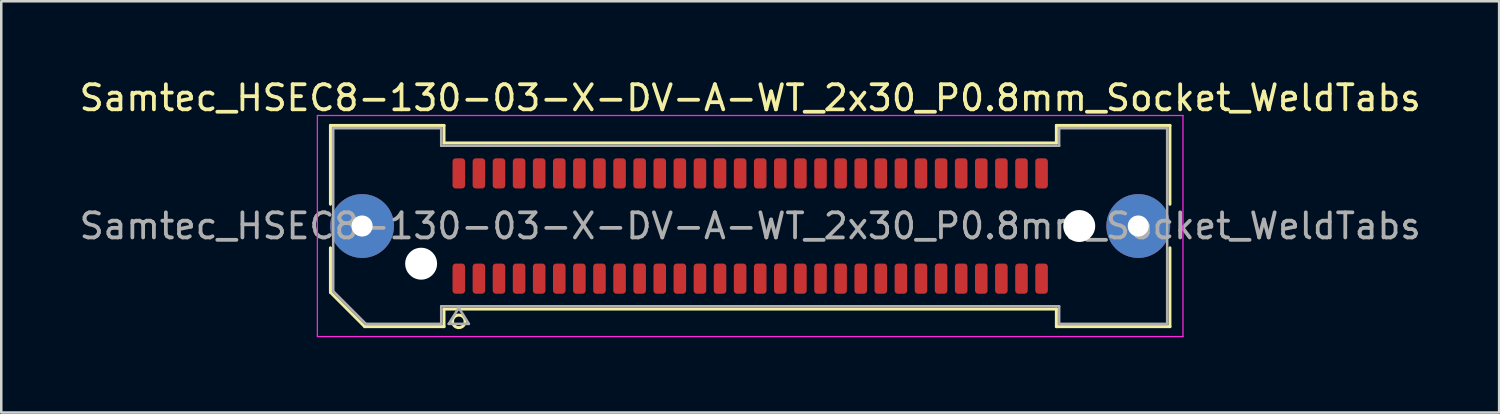
<source format=kicad_pcb>
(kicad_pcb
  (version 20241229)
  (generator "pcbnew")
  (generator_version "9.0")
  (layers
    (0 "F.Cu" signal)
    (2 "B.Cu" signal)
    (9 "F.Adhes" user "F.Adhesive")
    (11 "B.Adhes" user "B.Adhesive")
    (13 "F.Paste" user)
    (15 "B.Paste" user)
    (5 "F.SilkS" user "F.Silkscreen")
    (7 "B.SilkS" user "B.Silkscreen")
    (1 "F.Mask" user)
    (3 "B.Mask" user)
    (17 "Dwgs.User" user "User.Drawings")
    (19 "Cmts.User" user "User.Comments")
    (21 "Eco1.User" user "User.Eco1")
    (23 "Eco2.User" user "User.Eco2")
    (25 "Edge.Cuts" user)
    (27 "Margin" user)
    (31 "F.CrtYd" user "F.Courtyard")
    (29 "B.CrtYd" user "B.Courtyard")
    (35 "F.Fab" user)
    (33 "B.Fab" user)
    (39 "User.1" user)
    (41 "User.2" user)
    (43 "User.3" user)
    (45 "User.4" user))
  (footprint "Samtec_HSEC8-130-03-X-DV-A-WT_2x30_P0.8mm_Socket_WeldTabs"
    (layer "F.Cu")
    (at 26.815 5.948)
    (property "Reference" "Samtec_HSEC8-130-03-X-DV-A-WT_2x30_P0.8mm_Socket_WeldTabs" (at 0 -5.1 0) (layer "F.SilkS") (effects (font (size 1 1) (thickness 0.15))))
    (attr smd)
    (fp_line (start -16.71 -4.005) (end -12.19 -4.005) (stroke (width 0.12) (type solid)) (layer "F.SilkS"))
    (fp_line (start -16.71 -0.868) (end -16.71 -4.005) (stroke (width 0.12) (type solid)) (layer "F.SilkS"))
    (fp_line (start -16.71 2.641) (end -16.71 0.868) (stroke (width 0.12) (type solid)) (layer "F.SilkS"))
    (fp_line (start -15.346 4.005) (end -16.71 2.641) (stroke (width 0.12) (type solid)) (layer "F.SilkS"))
    (fp_line (start -12.19 -4.005) (end -12.19 -3.305) (stroke (width 0.12) (type solid)) (layer "F.SilkS"))
    (fp_line (start -12.19 -3.305) (end 12.19 -3.305) (stroke (width 0.12) (type solid)) (layer "F.SilkS"))
    (fp_line (start -12.19 3.305) (end -12.19 4.005) (stroke (width 0.12) (type solid)) (layer "F.SilkS"))
    (fp_line (start -12.19 4.005) (end -15.346 4.005) (stroke (width 0.12) (type solid)) (layer "F.SilkS"))
    (fp_line (start 12.19 -4.005) (end 16.71 -4.005) (stroke (width 0.12) (type solid)) (layer "F.SilkS"))
    (fp_line (start 12.19 -3.305) (end 12.19 -4.005) (stroke (width 0.12) (type solid)) (layer "F.SilkS"))
    (fp_line (start 12.19 3.305) (end -12.19 3.305) (stroke (width 0.12) (type solid)) (layer "F.SilkS"))
    (fp_line (start 12.19 4.005) (end 12.19 3.305) (stroke (width 0.12) (type solid)) (layer "F.SilkS"))
    (fp_line (start 16.71 -4.005) (end 16.71 -0.868) (stroke (width 0.12) (type solid)) (layer "F.SilkS"))
    (fp_line (start 16.71 0.868) (end 16.71 4.005) (stroke (width 0.12) (type solid)) (layer "F.SilkS"))
    (fp_line (start 16.71 4.005) (end 12.19 4.005) (stroke (width 0.12) (type solid)) (layer "F.SilkS"))
    (fp_arc (start -11.35 3.795) (mid -11.85 3.795) (end -11.35 3.795) (stroke (width 0.12) (type solid)) (layer "F.SilkS"))
    (fp_line (start -17.23 -4.4) (end -17.23 4.4) (stroke (width 0.05) (type solid)) (layer "F.CrtYd"))
    (fp_line (start -17.23 4.4) (end 17.23 4.4) (stroke (width 0.05) (type solid)) (layer "F.CrtYd"))
    (fp_line (start 17.23 -4.4) (end -17.23 -4.4) (stroke (width 0.05) (type solid)) (layer "F.CrtYd"))
    (fp_line (start 17.23 4.4) (end 17.23 -4.4) (stroke (width 0.05) (type solid)) (layer "F.CrtYd"))
    (fp_line (start -16.6 -3.895) (end -12.3 -3.895) (stroke (width 0.1) (type solid)) (layer "F.Fab"))
    (fp_line (start -16.6 2.595) (end -16.6 -3.895) (stroke (width 0.1) (type solid)) (layer "F.Fab"))
    (fp_line (start -15.3 3.895) (end -16.6 2.595) (stroke (width 0.1) (type solid)) (layer "F.Fab"))
    (fp_line (start -12.3 -3.895) (end -12.3 -3.195) (stroke (width 0.1) (type solid)) (layer "F.Fab"))
    (fp_line (start -12.3 -3.195) (end 12.3 -3.195) (stroke (width 0.1) (type solid)) (layer "F.Fab"))
    (fp_line (start -12.3 3.195) (end -12.3 3.895) (stroke (width 0.1) (type solid)) (layer "F.Fab"))
    (fp_line (start -12.3 3.895) (end -15.3 3.895) (stroke (width 0.1) (type solid)) (layer "F.Fab"))
    (fp_line (start -12 3.895) (end -11.6 3.255) (stroke (width 0.1) (type solid)) (layer "F.Fab"))
    (fp_line (start -11.6 3.255) (end -11.2 3.895) (stroke (width 0.1) (type solid)) (layer "F.Fab"))
    (fp_line (start -11.2 3.895) (end -12 3.895) (stroke (width 0.1) (type solid)) (layer "F.Fab"))
    (fp_line (start 12.3 -3.895) (end 16.6 -3.895) (stroke (width 0.1) (type solid)) (layer "F.Fab"))
    (fp_line (start 12.3 -3.195) (end 12.3 -3.895) (stroke (width 0.1) (type solid)) (layer "F.Fab"))
    (fp_line (start 12.3 3.195) (end -12.3 3.195) (stroke (width 0.1) (type solid)) (layer "F.Fab"))
    (fp_line (start 12.3 3.895) (end 12.3 3.195) (stroke (width 0.1) (type solid)) (layer "F.Fab"))
    (fp_line (start 16.6 -3.895) (end 16.6 3.895) (stroke (width 0.1) (type solid)) (layer "F.Fab"))
    (fp_line (start 16.6 3.895) (end 12.3 3.895) (stroke (width 0.1) (type solid)) (layer "F.Fab"))
    (fp_text user "${REFERENCE}" (at 0 0 0) (layer "F.Fab") (effects (font (size 1 1) (thickness 0.15))))
    (pad "" thru_hole circle (at -15.45 0) (size 2.54 2.54) (drill 0.84) (layers "*.Cu" "*.Mask" "F.Paste"))
    (pad "" np_thru_hole circle (at -13.1 1.5) (size 1.27 1.27) (drill 1.27) (layers "*.Cu" "*.Mask"))
    (pad "" np_thru_hole circle (at 13.1 0) (size 1.27 1.27) (drill 1.27) (layers "*.Cu" "*.Mask"))
    (pad "" thru_hole circle (at 15.45 0) (size 2.54 2.54) (drill 0.84) (layers "*.Cu" "*.Mask" "F.Paste"))
    (pad "1" smd roundrect (at -11.6 2.095) (size 0.5 1.2) (layers "F.Cu" "F.Mask" "F.Paste") (roundrect_rratio 0.25))
    (pad "2" smd roundrect (at -11.6 -2.095) (size 0.5 1.2) (layers "F.Cu" "F.Mask" "F.Paste") (roundrect_rratio 0.25))
    (pad "3" smd roundrect (at -10.8 2.095) (size 0.5 1.2) (layers "F.Cu" "F.Mask" "F.Paste") (roundrect_rratio 0.25))
    (pad "4" smd roundrect (at -10.8 -2.095) (size 0.5 1.2) (layers "F.Cu" "F.Mask" "F.Paste") (roundrect_rratio 0.25))
    (pad "5" smd roundrect (at -10 2.095) (size 0.5 1.2) (layers "F.Cu" "F.Mask" "F.Paste") (roundrect_rratio 0.25))
    (pad "6" smd roundrect (at -10 -2.095) (size 0.5 1.2) (layers "F.Cu" "F.Mask" "F.Paste") (roundrect_rratio 0.25))
    (pad "7" smd roundrect (at -9.2 2.095) (size 0.5 1.2) (layers "F.Cu" "F.Mask" "F.Paste") (roundrect_rratio 0.25))
    (pad "8" smd roundrect (at -9.2 -2.095) (size 0.5 1.2) (layers "F.Cu" "F.Mask" "F.Paste") (roundrect_rratio 0.25))
    (pad "9" smd roundrect (at -8.4 2.095) (size 0.5 1.2) (layers "F.Cu" "F.Mask" "F.Paste") (roundrect_rratio 0.25))
    (pad "10" smd roundrect (at -8.4 -2.095) (size 0.5 1.2) (layers "F.Cu" "F.Mask" "F.Paste") (roundrect_rratio 0.25))
    (pad "11" smd roundrect (at -7.6 2.095) (size 0.5 1.2) (layers "F.Cu" "F.Mask" "F.Paste") (roundrect_rratio 0.25))
    (pad "12" smd roundrect (at -7.6 -2.095) (size 0.5 1.2) (layers "F.Cu" "F.Mask" "F.Paste") (roundrect_rratio 0.25))
    (pad "13" smd roundrect (at -6.8 2.095) (size 0.5 1.2) (layers "F.Cu" "F.Mask" "F.Paste") (roundrect_rratio 0.25))
    (pad "14" smd roundrect (at -6.8 -2.095) (size 0.5 1.2) (layers "F.Cu" "F.Mask" "F.Paste") (roundrect_rratio 0.25))
    (pad "15" smd roundrect (at -6 2.095) (size 0.5 1.2) (layers "F.Cu" "F.Mask" "F.Paste") (roundrect_rratio 0.25))
    (pad "16" smd roundrect (at -6 -2.095) (size 0.5 1.2) (layers "F.Cu" "F.Mask" "F.Paste") (roundrect_rratio 0.25))
    (pad "17" smd roundrect (at -5.2 2.095) (size 0.5 1.2) (layers "F.Cu" "F.Mask" "F.Paste") (roundrect_rratio 0.25))
    (pad "18" smd roundrect (at -5.2 -2.095) (size 0.5 1.2) (layers "F.Cu" "F.Mask" "F.Paste") (roundrect_rratio 0.25))
    (pad "19" smd roundrect (at -4.4 2.095) (size 0.5 1.2) (layers "F.Cu" "F.Mask" "F.Paste") (roundrect_rratio 0.25))
    (pad "20" smd roundrect (at -4.4 -2.095) (size 0.5 1.2) (layers "F.Cu" "F.Mask" "F.Paste") (roundrect_rratio 0.25))
    (pad "21" smd roundrect (at -3.6 2.095) (size 0.5 1.2) (layers "F.Cu" "F.Mask" "F.Paste") (roundrect_rratio 0.25))
    (pad "22" smd roundrect (at -3.6 -2.095) (size 0.5 1.2) (layers "F.Cu" "F.Mask" "F.Paste") (roundrect_rratio 0.25))
    (pad "23" smd roundrect (at -2.8 2.095) (size 0.5 1.2) (layers "F.Cu" "F.Mask" "F.Paste") (roundrect_rratio 0.25))
    (pad "24" smd roundrect (at -2.8 -2.095) (size 0.5 1.2) (layers "F.Cu" "F.Mask" "F.Paste") (roundrect_rratio 0.25))
    (pad "25" smd roundrect (at -2 2.095) (size 0.5 1.2) (layers "F.Cu" "F.Mask" "F.Paste") (roundrect_rratio 0.25))
    (pad "26" smd roundrect (at -2 -2.095) (size 0.5 1.2) (layers "F.Cu" "F.Mask" "F.Paste") (roundrect_rratio 0.25))
    (pad "27" smd roundrect (at -1.2 2.095) (size 0.5 1.2) (layers "F.Cu" "F.Mask" "F.Paste") (roundrect_rratio 0.25))
    (pad "28" smd roundrect (at -1.2 -2.095) (size 0.5 1.2) (layers "F.Cu" "F.Mask" "F.Paste") (roundrect_rratio 0.25))
    (pad "29" smd roundrect (at -0.4 2.095) (size 0.5 1.2) (layers "F.Cu" "F.Mask" "F.Paste") (roundrect_rratio 0.25))
    (pad "30" smd roundrect (at -0.4 -2.095) (size 0.5 1.2) (layers "F.Cu" "F.Mask" "F.Paste") (roundrect_rratio 0.25))
    (pad "31" smd roundrect (at 0.4 2.095) (size 0.5 1.2) (layers "F.Cu" "F.Mask" "F.Paste") (roundrect_rratio 0.25))
    (pad "32" smd roundrect (at 0.4 -2.095) (size 0.5 1.2) (layers "F.Cu" "F.Mask" "F.Paste") (roundrect_rratio 0.25))
    (pad "33" smd roundrect (at 1.2 2.095) (size 0.5 1.2) (layers "F.Cu" "F.Mask" "F.Paste") (roundrect_rratio 0.25))
    (pad "34" smd roundrect (at 1.2 -2.095) (size 0.5 1.2) (layers "F.Cu" "F.Mask" "F.Paste") (roundrect_rratio 0.25))
    (pad "35" smd roundrect (at 2 2.095) (size 0.5 1.2) (layers "F.Cu" "F.Mask" "F.Paste") (roundrect_rratio 0.25))
    (pad "36" smd roundrect (at 2 -2.095) (size 0.5 1.2) (layers "F.Cu" "F.Mask" "F.Paste") (roundrect_rratio 0.25))
    (pad "37" smd roundrect (at 2.8 2.095) (size 0.5 1.2) (layers "F.Cu" "F.Mask" "F.Paste") (roundrect_rratio 0.25))
    (pad "38" smd roundrect (at 2.8 -2.095) (size 0.5 1.2) (layers "F.Cu" "F.Mask" "F.Paste") (roundrect_rratio 0.25))
    (pad "39" smd roundrect (at 3.6 2.095) (size 0.5 1.2) (layers "F.Cu" "F.Mask" "F.Paste") (roundrect_rratio 0.25))
    (pad "40" smd roundrect (at 3.6 -2.095) (size 0.5 1.2) (layers "F.Cu" "F.Mask" "F.Paste") (roundrect_rratio 0.25))
    (pad "41" smd roundrect (at 4.4 2.095) (size 0.5 1.2) (layers "F.Cu" "F.Mask" "F.Paste") (roundrect_rratio 0.25))
    (pad "42" smd roundrect (at 4.4 -2.095) (size 0.5 1.2) (layers "F.Cu" "F.Mask" "F.Paste") (roundrect_rratio 0.25))
    (pad "43" smd roundrect (at 5.2 2.095) (size 0.5 1.2) (layers "F.Cu" "F.Mask" "F.Paste") (roundrect_rratio 0.25))
    (pad "44" smd roundrect (at 5.2 -2.095) (size 0.5 1.2) (layers "F.Cu" "F.Mask" "F.Paste") (roundrect_rratio 0.25))
    (pad "45" smd roundrect (at 6 2.095) (size 0.5 1.2) (layers "F.Cu" "F.Mask" "F.Paste") (roundrect_rratio 0.25))
    (pad "46" smd roundrect (at 6 -2.095) (size 0.5 1.2) (layers "F.Cu" "F.Mask" "F.Paste") (roundrect_rratio 0.25))
    (pad "47" smd roundrect (at 6.8 2.095) (size 0.5 1.2) (layers "F.Cu" "F.Mask" "F.Paste") (roundrect_rratio 0.25))
    (pad "48" smd roundrect (at 6.8 -2.095) (size 0.5 1.2) (layers "F.Cu" "F.Mask" "F.Paste") (roundrect_rratio 0.25))
    (pad "49" smd roundrect (at 7.6 2.095) (size 0.5 1.2) (layers "F.Cu" "F.Mask" "F.Paste") (roundrect_rratio 0.25))
    (pad "50" smd roundrect (at 7.6 -2.095) (size 0.5 1.2) (layers "F.Cu" "F.Mask" "F.Paste") (roundrect_rratio 0.25))
    (pad "51" smd roundrect (at 8.4 2.095) (size 0.5 1.2) (layers "F.Cu" "F.Mask" "F.Paste") (roundrect_rratio 0.25))
    (pad "52" smd roundrect (at 8.4 -2.095) (size 0.5 1.2) (layers "F.Cu" "F.Mask" "F.Paste") (roundrect_rratio 0.25))
    (pad "53" smd roundrect (at 9.2 2.095) (size 0.5 1.2) (layers "F.Cu" "F.Mask" "F.Paste") (roundrect_rratio 0.25))
    (pad "54" smd roundrect (at 9.2 -2.095) (size 0.5 1.2) (layers "F.Cu" "F.Mask" "F.Paste") (roundrect_rratio 0.25))
    (pad "55" smd roundrect (at 10 2.095) (size 0.5 1.2) (layers "F.Cu" "F.Mask" "F.Paste") (roundrect_rratio 0.25))
    (pad "56" smd roundrect (at 10 -2.095) (size 0.5 1.2) (layers "F.Cu" "F.Mask" "F.Paste") (roundrect_rratio 0.25))
    (pad "57" smd roundrect (at 10.8 2.095) (size 0.5 1.2) (layers "F.Cu" "F.Mask" "F.Paste") (roundrect_rratio 0.25))
    (pad "58" smd roundrect (at 10.8 -2.095) (size 0.5 1.2) (layers "F.Cu" "F.Mask" "F.Paste") (roundrect_rratio 0.25))
    (pad "59" smd roundrect (at 11.6 2.095) (size 0.5 1.2) (layers "F.Cu" "F.Mask" "F.Paste") (roundrect_rratio 0.25))
    (pad "60" smd roundrect (at 11.6 -2.095) (size 0.5 1.2) (layers "F.Cu" "F.Mask" "F.Paste") (roundrect_rratio 0.25)))
  (gr_rect
    (start -3 -3)
    (end 56.631 13.373)
    (stroke (width 0.1) (type default))
    (fill no)
    (layer "Edge.Cuts")))
</source>
